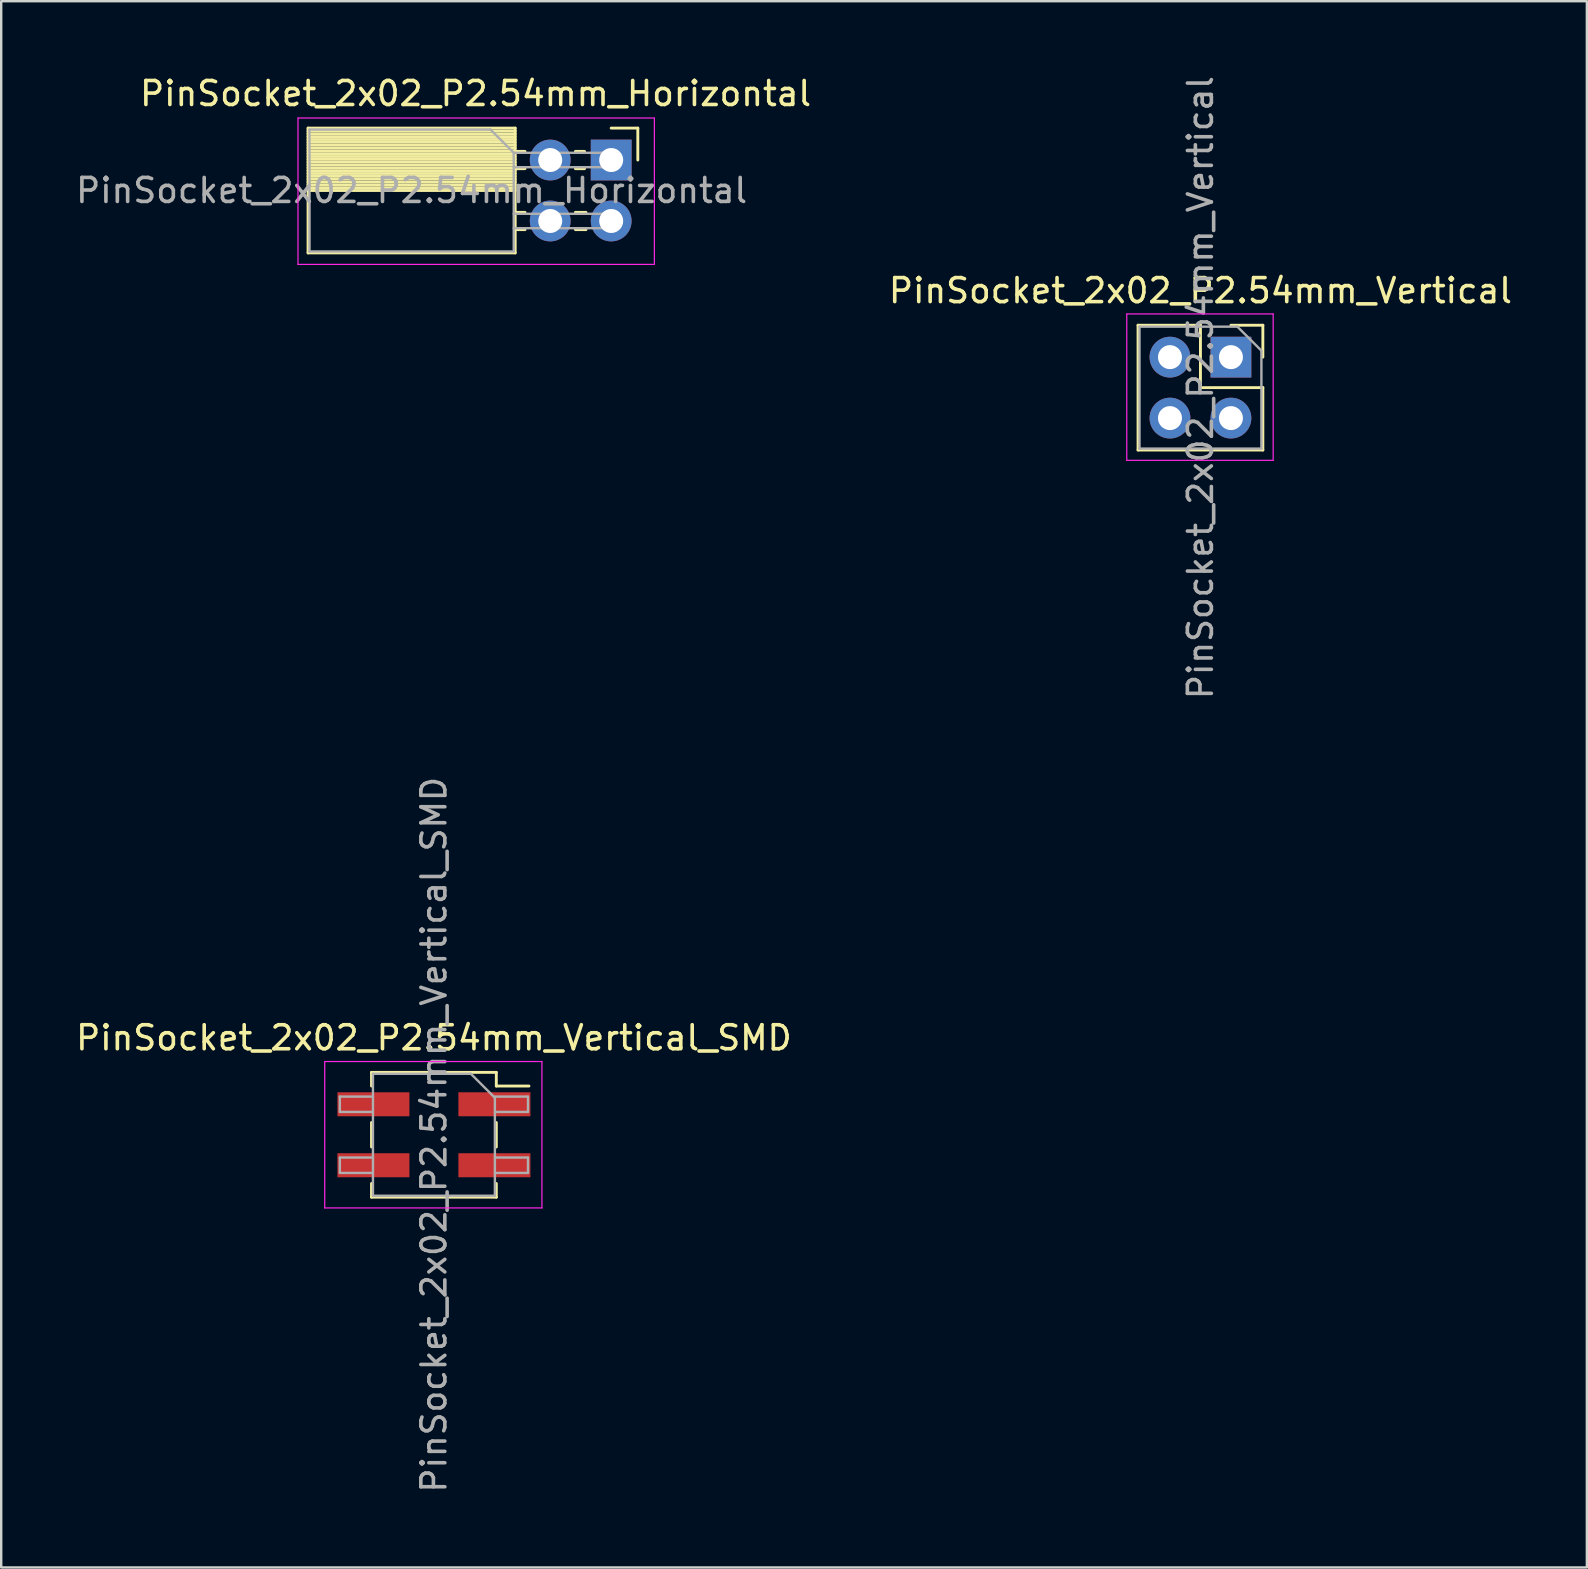
<source format=kicad_pcb>
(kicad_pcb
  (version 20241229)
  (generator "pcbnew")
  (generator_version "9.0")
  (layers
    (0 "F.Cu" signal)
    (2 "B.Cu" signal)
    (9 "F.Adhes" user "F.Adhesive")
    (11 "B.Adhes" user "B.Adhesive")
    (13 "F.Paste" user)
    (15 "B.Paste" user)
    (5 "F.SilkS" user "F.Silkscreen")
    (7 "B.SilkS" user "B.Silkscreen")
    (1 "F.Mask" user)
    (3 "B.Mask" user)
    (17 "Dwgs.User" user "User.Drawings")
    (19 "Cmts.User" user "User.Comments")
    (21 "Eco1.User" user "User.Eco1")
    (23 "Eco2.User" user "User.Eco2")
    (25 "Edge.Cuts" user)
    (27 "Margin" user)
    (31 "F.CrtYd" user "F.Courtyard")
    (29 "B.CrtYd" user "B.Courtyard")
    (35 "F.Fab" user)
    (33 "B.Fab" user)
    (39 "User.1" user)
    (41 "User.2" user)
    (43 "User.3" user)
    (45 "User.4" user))
  (footprint "PinSocket_2x02_P2.54mm_Horizontal"
    (layer "F.Cu")
    (at 22.416 3.618)
    (property "Reference" "PinSocket_2x02_P2.54mm_Horizontal" (at -5.65 -2.77 0) (layer "F.SilkS") (effects (font (size 1 1) (thickness 0.15))))
    (attr through_hole)
    (fp_line (start -12.63 -1.33) (end -12.63 3.87) (stroke (width 0.12) (type solid)) (layer "F.SilkS"))
    (fp_line (start -12.63 -1.33) (end -4 -1.33) (stroke (width 0.12) (type solid)) (layer "F.SilkS"))
    (fp_line (start -12.63 -1.21) (end -4 -1.21) (stroke (width 0.12) (type solid)) (layer "F.SilkS"))
    (fp_line (start -12.63 -1.092) (end -4 -1.092) (stroke (width 0.12) (type solid)) (layer "F.SilkS"))
    (fp_line (start -12.63 -0.974) (end -4 -0.974) (stroke (width 0.12) (type solid)) (layer "F.SilkS"))
    (fp_line (start -12.63 -0.856) (end -4 -0.856) (stroke (width 0.12) (type solid)) (layer "F.SilkS"))
    (fp_line (start -12.63 -0.738) (end -4 -0.738) (stroke (width 0.12) (type solid)) (layer "F.SilkS"))
    (fp_line (start -12.63 -0.62) (end -4 -0.62) (stroke (width 0.12) (type solid)) (layer "F.SilkS"))
    (fp_line (start -12.63 -0.501) (end -4 -0.501) (stroke (width 0.12) (type solid)) (layer "F.SilkS"))
    (fp_line (start -12.63 -0.383) (end -4 -0.383) (stroke (width 0.12) (type solid)) (layer "F.SilkS"))
    (fp_line (start -12.63 -0.265) (end -4 -0.265) (stroke (width 0.12) (type solid)) (layer "F.SilkS"))
    (fp_line (start -12.63 -0.147) (end -4 -0.147) (stroke (width 0.12) (type solid)) (layer "F.SilkS"))
    (fp_line (start -12.63 -0.029) (end -4 -0.029) (stroke (width 0.12) (type solid)) (layer "F.SilkS"))
    (fp_line (start -12.63 0.089) (end -4 0.089) (stroke (width 0.12) (type solid)) (layer "F.SilkS"))
    (fp_line (start -12.63 0.207) (end -4 0.207) (stroke (width 0.12) (type solid)) (layer "F.SilkS"))
    (fp_line (start -12.63 0.325) (end -4 0.325) (stroke (width 0.12) (type solid)) (layer "F.SilkS"))
    (fp_line (start -12.63 0.443) (end -4 0.443) (stroke (width 0.12) (type solid)) (layer "F.SilkS"))
    (fp_line (start -12.63 0.561) (end -4 0.561) (stroke (width 0.12) (type solid)) (layer "F.SilkS"))
    (fp_line (start -12.63 0.68) (end -4 0.68) (stroke (width 0.12) (type solid)) (layer "F.SilkS"))
    (fp_line (start -12.63 0.798) (end -4 0.798) (stroke (width 0.12) (type solid)) (layer "F.SilkS"))
    (fp_line (start -12.63 0.916) (end -4 0.916) (stroke (width 0.12) (type solid)) (layer "F.SilkS"))
    (fp_line (start -12.63 1.034) (end -4 1.034) (stroke (width 0.12) (type solid)) (layer "F.SilkS"))
    (fp_line (start -12.63 1.152) (end -4 1.152) (stroke (width 0.12) (type solid)) (layer "F.SilkS"))
    (fp_line (start -12.63 1.27) (end -4 1.27) (stroke (width 0.12) (type solid)) (layer "F.SilkS"))
    (fp_line (start -12.63 3.87) (end -4 3.87) (stroke (width 0.12) (type solid)) (layer "F.SilkS"))
    (fp_line (start -4 -1.33) (end -4 3.87) (stroke (width 0.12) (type solid)) (layer "F.SilkS"))
    (fp_line (start -4 -0.36) (end -3.59 -0.36) (stroke (width 0.12) (type solid)) (layer "F.SilkS"))
    (fp_line (start -4 0.36) (end -3.59 0.36) (stroke (width 0.12) (type solid)) (layer "F.SilkS"))
    (fp_line (start -4 2.18) (end -3.59 2.18) (stroke (width 0.12) (type solid)) (layer "F.SilkS"))
    (fp_line (start -4 2.9) (end -3.59 2.9) (stroke (width 0.12) (type solid)) (layer "F.SilkS"))
    (fp_line (start -1.49 -0.36) (end -1.11 -0.36) (stroke (width 0.12) (type solid)) (layer "F.SilkS"))
    (fp_line (start -1.49 0.36) (end -1.11 0.36) (stroke (width 0.12) (type solid)) (layer "F.SilkS"))
    (fp_line (start -1.49 2.18) (end -1.05 2.18) (stroke (width 0.12) (type solid)) (layer "F.SilkS"))
    (fp_line (start -1.49 2.9) (end -1.05 2.9) (stroke (width 0.12) (type solid)) (layer "F.SilkS"))
    (fp_line (start 0 -1.33) (end 1.11 -1.33) (stroke (width 0.12) (type solid)) (layer "F.SilkS"))
    (fp_line (start 1.11 -1.33) (end 1.11 0) (stroke (width 0.12) (type solid)) (layer "F.SilkS"))
    (fp_line (start -13.05 -1.75) (end -13.05 4.35) (stroke (width 0.05) (type solid)) (layer "F.CrtYd"))
    (fp_line (start -13.05 4.35) (end 1.8 4.35) (stroke (width 0.05) (type solid)) (layer "F.CrtYd"))
    (fp_line (start 1.8 -1.75) (end -13.05 -1.75) (stroke (width 0.05) (type solid)) (layer "F.CrtYd"))
    (fp_line (start 1.8 4.35) (end 1.8 -1.75) (stroke (width 0.05) (type solid)) (layer "F.CrtYd"))
    (fp_line (start -12.57 -1.27) (end -5.03 -1.27) (stroke (width 0.1) (type solid)) (layer "F.Fab"))
    (fp_line (start -12.57 3.81) (end -12.57 -1.27) (stroke (width 0.1) (type solid)) (layer "F.Fab"))
    (fp_line (start -5.03 -1.27) (end -4.06 -0.3) (stroke (width 0.1) (type solid)) (layer "F.Fab"))
    (fp_line (start -4.06 -0.3) (end -4.06 3.81) (stroke (width 0.1) (type solid)) (layer "F.Fab"))
    (fp_line (start -4.06 0.3) (end 0 0.3) (stroke (width 0.1) (type solid)) (layer "F.Fab"))
    (fp_line (start -4.06 2.84) (end 0 2.84) (stroke (width 0.1) (type solid)) (layer "F.Fab"))
    (fp_line (start -4.06 3.81) (end -12.57 3.81) (stroke (width 0.1) (type solid)) (layer "F.Fab"))
    (fp_line (start 0 -0.3) (end -4.06 -0.3) (stroke (width 0.1) (type solid)) (layer "F.Fab"))
    (fp_line (start 0 0.3) (end 0 -0.3) (stroke (width 0.1) (type solid)) (layer "F.Fab"))
    (fp_line (start 0 2.24) (end -4.06 2.24) (stroke (width 0.1) (type solid)) (layer "F.Fab"))
    (fp_line (start 0 2.84) (end 0 2.24) (stroke (width 0.1) (type solid)) (layer "F.Fab"))
    (fp_text user "${REFERENCE}" (at -8.315 1.27 0) (layer "F.Fab") (effects (font (size 1 1) (thickness 0.15))))
    (pad "1" thru_hole rect (at 0 0) (size 1.7 1.7) (drill 1) (layers "*.Cu" "*.Mask"))
    (pad "2" thru_hole oval (at -2.54 0) (size 1.7 1.7) (drill 1) (layers "*.Cu" "*.Mask"))
    (pad "3" thru_hole oval (at 0 2.54) (size 1.7 1.7) (drill 1) (layers "*.Cu" "*.Mask"))
    (pad "4" thru_hole oval (at -2.54 2.54) (size 1.7 1.7) (drill 1) (layers "*.Cu" "*.Mask")))
  (footprint "PinSocket_2x02_P2.54mm_Vertical"
    (layer "F.Cu")
    (at 48.239 11.831)
    (property "Reference" "PinSocket_2x02_P2.54mm_Vertical" (at -1.27 -2.77 0) (layer "F.SilkS") (effects (font (size 1 1) (thickness 0.15))))
    (attr through_hole)
    (fp_line (start -3.87 -1.33) (end -3.87 3.87) (stroke (width 0.12) (type solid)) (layer "F.SilkS"))
    (fp_line (start -3.87 -1.33) (end -1.27 -1.33) (stroke (width 0.12) (type solid)) (layer "F.SilkS"))
    (fp_line (start -3.87 3.87) (end 1.33 3.87) (stroke (width 0.12) (type solid)) (layer "F.SilkS"))
    (fp_line (start -1.27 -1.33) (end -1.27 1.27) (stroke (width 0.12) (type solid)) (layer "F.SilkS"))
    (fp_line (start -1.27 1.27) (end 1.33 1.27) (stroke (width 0.12) (type solid)) (layer "F.SilkS"))
    (fp_line (start 0 -1.33) (end 1.33 -1.33) (stroke (width 0.12) (type solid)) (layer "F.SilkS"))
    (fp_line (start 1.33 -1.33) (end 1.33 0) (stroke (width 0.12) (type solid)) (layer "F.SilkS"))
    (fp_line (start 1.33 1.27) (end 1.33 3.87) (stroke (width 0.12) (type solid)) (layer "F.SilkS"))
    (fp_line (start -4.34 -1.8) (end 1.76 -1.8) (stroke (width 0.05) (type solid)) (layer "F.CrtYd"))
    (fp_line (start -4.34 4.3) (end -4.34 -1.8) (stroke (width 0.05) (type solid)) (layer "F.CrtYd"))
    (fp_line (start 1.76 -1.8) (end 1.76 4.3) (stroke (width 0.05) (type solid)) (layer "F.CrtYd"))
    (fp_line (start 1.76 4.3) (end -4.34 4.3) (stroke (width 0.05) (type solid)) (layer "F.CrtYd"))
    (fp_line (start -3.81 -1.27) (end 0.27 -1.27) (stroke (width 0.1) (type solid)) (layer "F.Fab"))
    (fp_line (start -3.81 3.81) (end -3.81 -1.27) (stroke (width 0.1) (type solid)) (layer "F.Fab"))
    (fp_line (start 0.27 -1.27) (end 1.27 -0.27) (stroke (width 0.1) (type solid)) (layer "F.Fab"))
    (fp_line (start 1.27 -0.27) (end 1.27 3.81) (stroke (width 0.1) (type solid)) (layer "F.Fab"))
    (fp_line (start 1.27 3.81) (end -3.81 3.81) (stroke (width 0.1) (type solid)) (layer "F.Fab"))
    (fp_text user "${REFERENCE}" (at -1.27 1.27 90) (layer "F.Fab") (effects (font (size 1 1) (thickness 0.15))))
    (pad "1" thru_hole rect (at 0 0) (size 1.7 1.7) (drill 1) (layers "*.Cu" "*.Mask"))
    (pad "2" thru_hole oval (at -2.54 0) (size 1.7 1.7) (drill 1) (layers "*.Cu" "*.Mask"))
    (pad "3" thru_hole oval (at 0 2.54) (size 1.7 1.7) (drill 1) (layers "*.Cu" "*.Mask"))
    (pad "4" thru_hole oval (at -2.54 2.54) (size 1.7 1.7) (drill 1) (layers "*.Cu" "*.Mask")))
  (footprint "PinSocket_2x02_P2.54mm_Vertical_SMD"
    (layer "F.Cu")
    (at 15.03 44.232)
    (property "Reference" "PinSocket_2x02_P2.54mm_Vertical_SMD" (at 0 -4.04 0) (layer "F.SilkS") (effects (font (size 1 1) (thickness 0.15))))
    (attr smd)
    (fp_line (start -2.6 -2.6) (end -2.6 -2.03) (stroke (width 0.12) (type solid)) (layer "F.SilkS"))
    (fp_line (start -2.6 -2.6) (end 2.6 -2.6) (stroke (width 0.12) (type solid)) (layer "F.SilkS"))
    (fp_line (start -2.6 -0.51) (end -2.6 0.51) (stroke (width 0.12) (type solid)) (layer "F.SilkS"))
    (fp_line (start -2.6 2.03) (end -2.6 2.6) (stroke (width 0.12) (type solid)) (layer "F.SilkS"))
    (fp_line (start -2.6 2.6) (end 2.6 2.6) (stroke (width 0.12) (type solid)) (layer "F.SilkS"))
    (fp_line (start 2.6 -2.6) (end 2.6 -2.03) (stroke (width 0.12) (type solid)) (layer "F.SilkS"))
    (fp_line (start 2.6 -2.03) (end 3.96 -2.03) (stroke (width 0.12) (type solid)) (layer "F.SilkS"))
    (fp_line (start 2.6 -0.51) (end 2.6 0.51) (stroke (width 0.12) (type solid)) (layer "F.SilkS"))
    (fp_line (start 2.6 2.03) (end 2.6 2.6) (stroke (width 0.12) (type solid)) (layer "F.SilkS"))
    (fp_line (start -4.55 -3.05) (end 4.5 -3.05) (stroke (width 0.05) (type solid)) (layer "F.CrtYd"))
    (fp_line (start -4.55 3.05) (end -4.55 -3.05) (stroke (width 0.05) (type solid)) (layer "F.CrtYd"))
    (fp_line (start 4.5 -3.05) (end 4.5 3.05) (stroke (width 0.05) (type solid)) (layer "F.CrtYd"))
    (fp_line (start 4.5 3.05) (end -4.55 3.05) (stroke (width 0.05) (type solid)) (layer "F.CrtYd"))
    (fp_line (start -3.92 -1.59) (end -2.54 -1.59) (stroke (width 0.1) (type solid)) (layer "F.Fab"))
    (fp_line (start -3.92 -0.95) (end -3.92 -1.59) (stroke (width 0.1) (type solid)) (layer "F.Fab"))
    (fp_line (start -3.92 0.95) (end -2.54 0.95) (stroke (width 0.1) (type solid)) (layer "F.Fab"))
    (fp_line (start -3.92 1.59) (end -3.92 0.95) (stroke (width 0.1) (type solid)) (layer "F.Fab"))
    (fp_line (start -2.54 -2.54) (end 1.54 -2.54) (stroke (width 0.1) (type solid)) (layer "F.Fab"))
    (fp_line (start -2.54 -0.95) (end -3.92 -0.95) (stroke (width 0.1) (type solid)) (layer "F.Fab"))
    (fp_line (start -2.54 1.59) (end -3.92 1.59) (stroke (width 0.1) (type solid)) (layer "F.Fab"))
    (fp_line (start -2.54 2.54) (end -2.54 -2.54) (stroke (width 0.1) (type solid)) (layer "F.Fab"))
    (fp_line (start 1.54 -2.54) (end 2.54 -1.54) (stroke (width 0.1) (type solid)) (layer "F.Fab"))
    (fp_line (start 2.54 -1.59) (end 3.92 -1.59) (stroke (width 0.1) (type solid)) (layer "F.Fab"))
    (fp_line (start 2.54 -1.54) (end 2.54 2.54) (stroke (width 0.1) (type solid)) (layer "F.Fab"))
    (fp_line (start 2.54 0.95) (end 3.92 0.95) (stroke (width 0.1) (type solid)) (layer "F.Fab"))
    (fp_line (start 2.54 2.54) (end -2.54 2.54) (stroke (width 0.1) (type solid)) (layer "F.Fab"))
    (fp_line (start 3.92 -1.59) (end 3.92 -0.95) (stroke (width 0.1) (type solid)) (layer "F.Fab"))
    (fp_line (start 3.92 -0.95) (end 2.54 -0.95) (stroke (width 0.1) (type solid)) (layer "F.Fab"))
    (fp_line (start 3.92 0.95) (end 3.92 1.59) (stroke (width 0.1) (type solid)) (layer "F.Fab"))
    (fp_line (start 3.92 1.59) (end 2.54 1.59) (stroke (width 0.1) (type solid)) (layer "F.Fab"))
    (fp_text user "${REFERENCE}" (at 0 0 90) (layer "F.Fab") (effects (font (size 1 1) (thickness 0.15))))
    (pad "1" smd rect (at 2.52 -1.27) (size 3 1) (layers "F.Cu" "F.Mask" "F.Paste"))
    (pad "2" smd rect (at -2.52 -1.27) (size 3 1) (layers "F.Cu" "F.Mask" "F.Paste"))
    (pad "3" smd rect (at 2.52 1.27) (size 3 1) (layers "F.Cu" "F.Mask" "F.Paste"))
    (pad "4" smd rect (at -2.52 1.27) (size 3 1) (layers "F.Cu" "F.Mask" "F.Paste")))
  (gr_rect
    (start -3 -3)
    (end 63.07 62.262)
    (stroke (width 0.1) (type default))
    (fill no)
    (layer "Edge.Cuts")))
</source>
